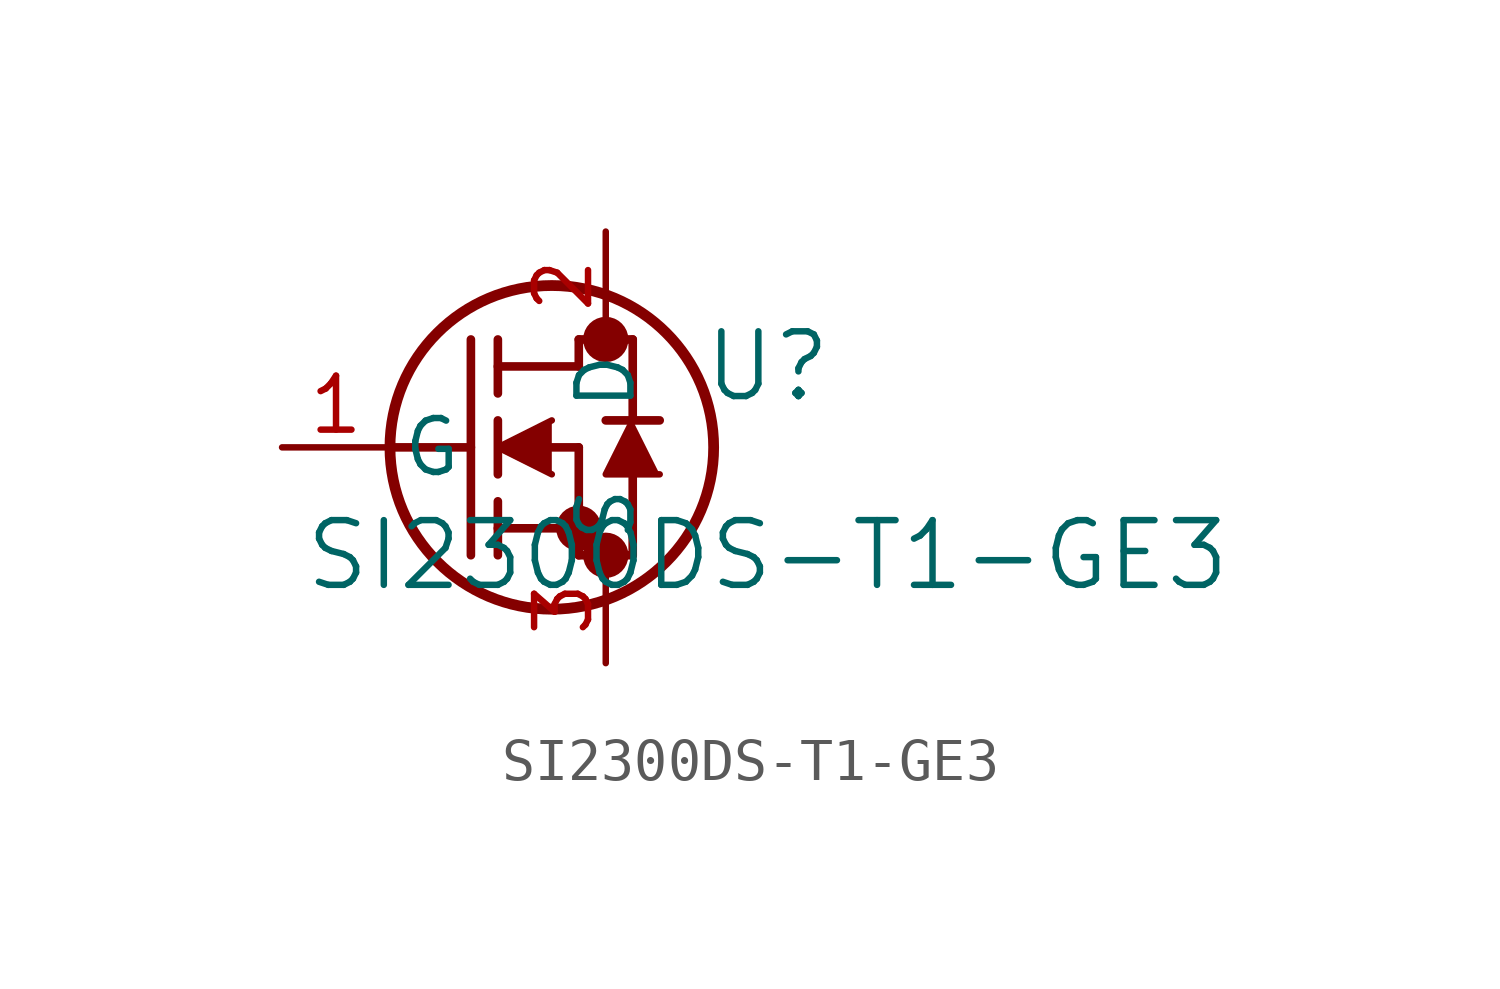
<source format=kicad_sym>
(kicad_symbol_lib
  (version 20211014)
  (generator kicad_symbol_editor)
  (symbol "SI2300DS-T1-GE3"
    (pin_names
      (offset 0.254))
    (property "Reference" "U"
      (at 11.43 1.905 0)
      (effects (font (size 1.524 1.524))))
    (property "Value" "SI2300DS-T1-GE3"
      (at 11.43 -2.54 0)
      (effects (font (size 1.524 1.524))))
    (symbol "SI2300DS-T1-GE3_0_1"
      (circle (center 7.62 2.54) (radius 0.025) (stroke (width 0.508) (type default) (color 0 0 0 0)) (fill (type none)))
      (circle (center 7.62 -2.54) (radius 0.025) (stroke (width 0.508) (type default) (color 0 0 0 0)) (fill (type none)))
      (circle (center 6.985 -1.905) (radius 0.025) (stroke (width 0.508) (type default) (color 0 0 0 0)) (fill (type none)))
      (circle (center 6.35 0) (radius 3.81) (stroke (width 0.254) (type default) (color 0 0 0 0)) (fill (type none)))
      (polyline (pts (xy 2.54 0) (xy 4.445 0)) (stroke (width 0.203) (type default) (color 0 0 0 0)) (fill (type none)))
      (polyline (pts (xy 4.445 -2.54) (xy 4.445 2.54)) (stroke (width 0.203) (type default) (color 0 0 0 0)) (fill (type none)))
      (polyline (pts (xy 5.08 -0.635) (xy 5.08 0.635)) (stroke (width 0.203) (type default) (color 0 0 0 0)) (fill (type none)))
      (polyline (pts (xy 5.08 -2.54) (xy 5.08 -1.27)) (stroke (width 0.203) (type default) (color 0 0 0 0)) (fill (type none)))
      (polyline (pts (xy 5.08 1.27) (xy 5.08 2.54)) (stroke (width 0.203) (type default) (color 0 0 0 0)) (fill (type none)))
      (polyline (pts (xy 6.35 0) (xy 6.985 0)) (stroke (width 0.203) (type default) (color 0 0 0 0)) (fill (type none)))
      (polyline (pts (xy 5.08 -1.905) (xy 6.985 -1.905)) (stroke (width 0.203) (type default) (color 0 0 0 0)) (fill (type none)))
      (polyline (pts (xy 6.985 -2.54) (xy 6.985 0)) (stroke (width 0.203) (type default) (color 0 0 0 0)) (fill (type none)))
      (polyline (pts (xy 6.985 -2.54) (xy 8.255 -2.54)) (stroke (width 0.203) (type default) (color 0 0 0 0)) (fill (type none)))
      (polyline (pts (xy 5.08 1.905) (xy 6.985 1.905)) (stroke (width 0.203) (type default) (color 0 0 0 0)) (fill (type none)))
      (polyline (pts (xy 8.255 0.635) (xy 8.255 2.54)) (stroke (width 0.203) (type default) (color 0 0 0 0)) (fill (type none)))
      (polyline (pts (xy 6.35 0.635) (xy 5.08 0) (xy 6.35 -0.635)) (stroke (width 0) (type default) (color 0 0 0 0)) (fill (type outline)))
      (polyline (pts (xy 8.89 -0.635) (xy 7.62 -0.635) (xy 8.255 0.635)) (stroke (width 0) (type default) (color 0 0 0 0)) (fill (type outline)))
      (polyline (pts (xy 8.255 -2.54) (xy 8.255 -0.635)) (stroke (width 0.203) (type default) (color 0 0 0 0)) (fill (type none)))
      (polyline (pts (xy 8.89 0.635) (xy 7.62 0.635)) (stroke (width 0.203) (type default) (color 0 0 0 0)) (fill (type none)))
      (polyline (pts (xy 6.985 2.54) (xy 8.255 2.54)) (stroke (width 0.203) (type default) (color 0 0 0 0)) (fill (type none)))
      (polyline (pts (xy 6.985 1.905) (xy 6.985 2.54)) (stroke (width 0.203) (type default) (color 0 0 0 0)) (fill (type none)))
      (pin unspecified line (at 0 0 0) (length 2.54) (name "G" (effects (font (size 1.27 1.27)))) (number "1" (effects (font (size 1.27 1.27)))))
      (pin unspecified line (at 7.62 5.08 270) (length 2.54) (name "D" (effects (font (size 1.27 1.27)))) (number "2" (effects (font (size 1.27 1.27)))))
      (pin unspecified line (at 7.62 -5.08 90) (length 2.54) (name "S" (effects (font (size 1.27 1.27)))) (number "3" (effects (font (size 1.27 1.27))))))))
</source>
